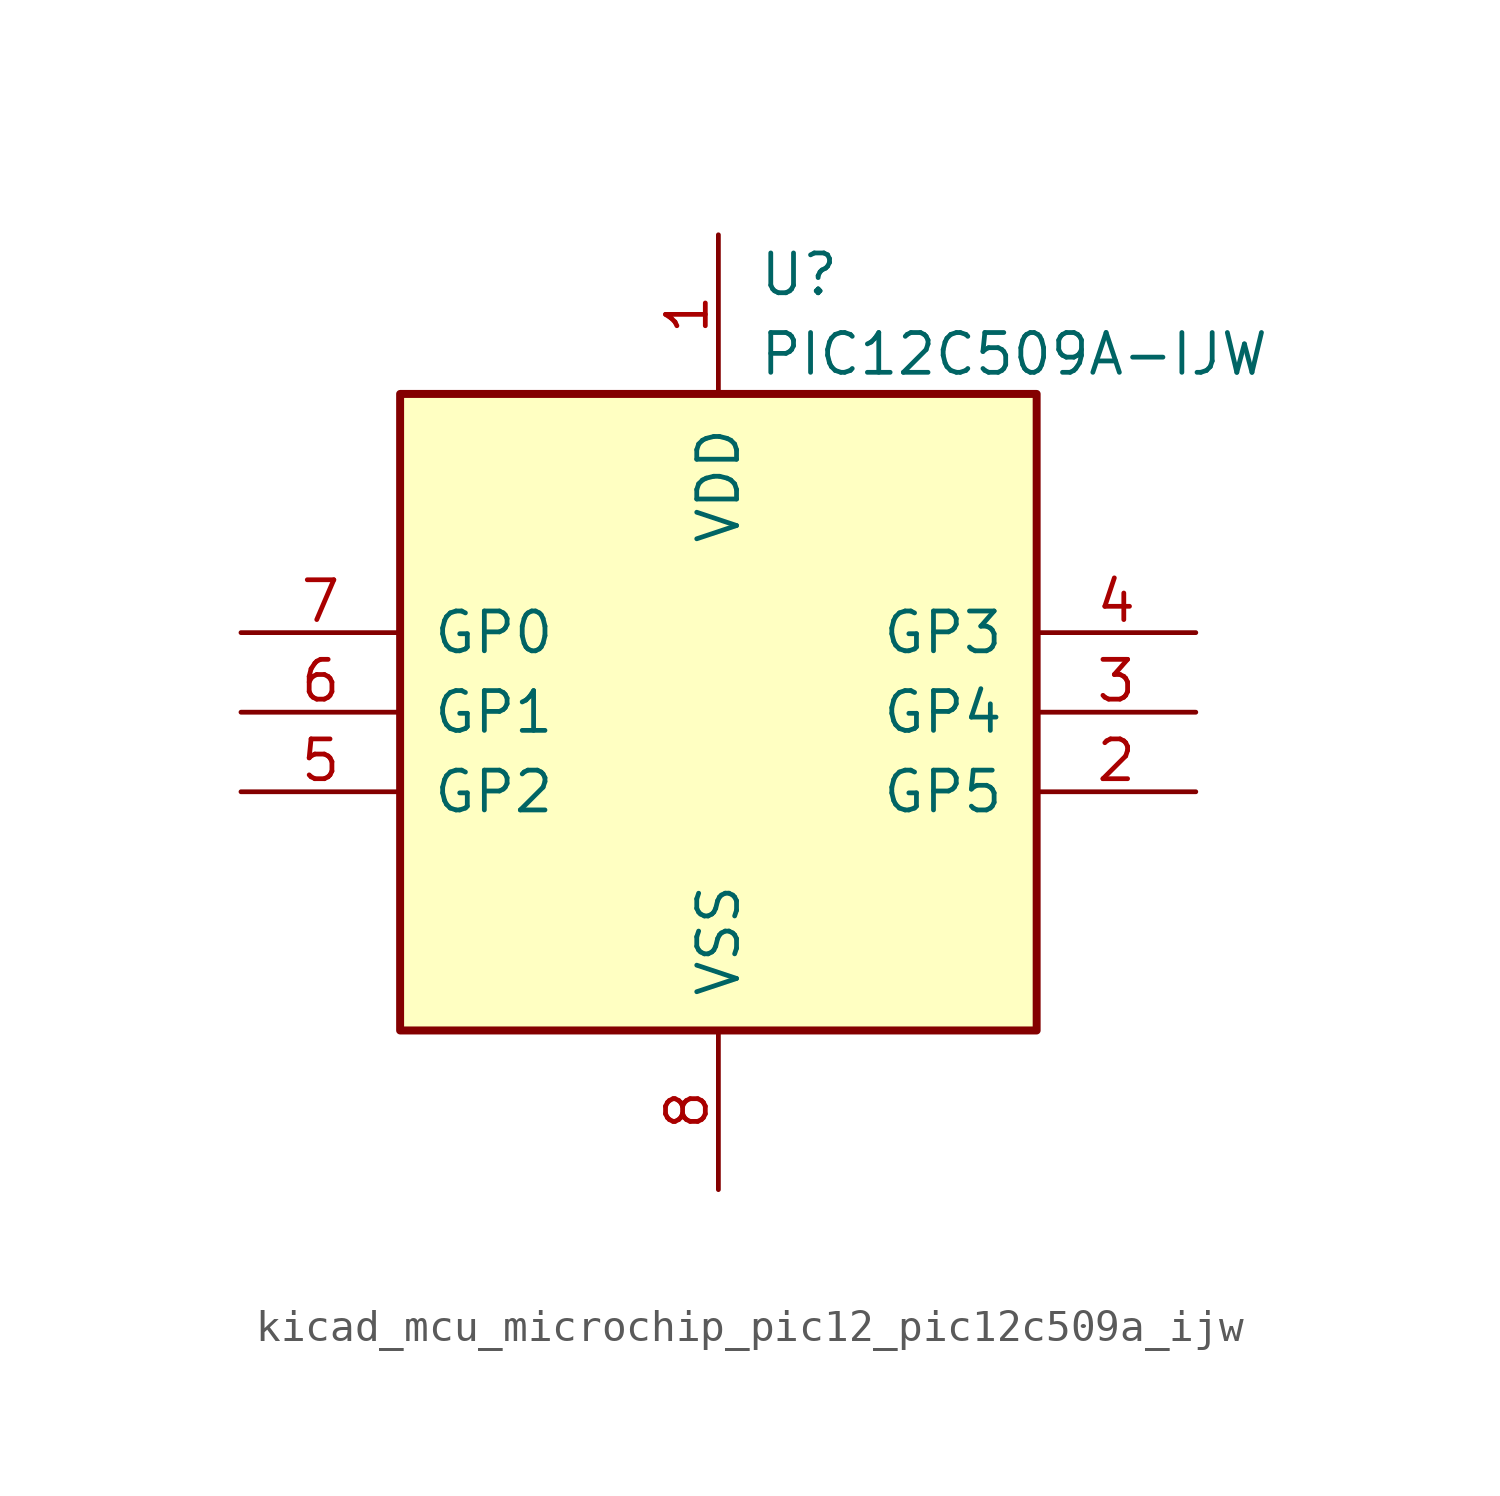
<source format=kicad_sym>
(kicad_symbol_lib
  (version 20220914)
  (generator kicad_symbol_editor)
  (symbol "kicad_mcu_microchip_pic12_pic12c509a_ijw"
    (pin_names
      (offset 1.016))
    (property "Reference" "U"
      (at 1.27 13.97 0)
      (effects (font (size 1.27 1.27)) (justify left)))
    (property "Value" "PIC12C509A-IJW"
      (at 1.27 11.43 0)
      (effects (font (size 1.27 1.27)) (justify left)))
    (symbol "kicad_mcu_microchip_pic12_pic12c509a_ijw_0_1"
      (rectangle (start 10.16 -10.16) (end -10.16 10.16) (stroke (width 0.254) (type default)) (fill (type background))))
    (symbol "kicad_mcu_microchip_pic12_pic12c509a_ijw_1_1"
      (pin power_in line (at 0 15.24 270) (length 5.08) (name "VDD" (effects (font (size 1.27 1.27)))) (number "1" (effects (font (size 1.27 1.27)))))
      (pin bidirectional line (at 15.24 -2.54 180) (length 5.08) (name "GP5" (effects (font (size 1.27 1.27)))) (number "2" (effects (font (size 1.27 1.27)))))
      (pin bidirectional line (at 15.24 0 180) (length 5.08) (name "GP4" (effects (font (size 1.27 1.27)))) (number "3" (effects (font (size 1.27 1.27)))))
      (pin input line (at 15.24 2.54 180) (length 5.08) (name "GP3" (effects (font (size 1.27 1.27)))) (number "4" (effects (font (size 1.27 1.27)))))
      (pin bidirectional line (at -15.24 -2.54 0) (length 5.08) (name "GP2" (effects (font (size 1.27 1.27)))) (number "5" (effects (font (size 1.27 1.27)))))
      (pin bidirectional line (at -15.24 0 0) (length 5.08) (name "GP1" (effects (font (size 1.27 1.27)))) (number "6" (effects (font (size 1.27 1.27)))))
      (pin bidirectional line (at -15.24 2.54 0) (length 5.08) (name "GP0" (effects (font (size 1.27 1.27)))) (number "7" (effects (font (size 1.27 1.27)))))
      (pin power_in line (at 0 -15.24 90) (length 5.08) (name "VSS" (effects (font (size 1.27 1.27)))) (number "8" (effects (font (size 1.27 1.27))))))))
</source>
